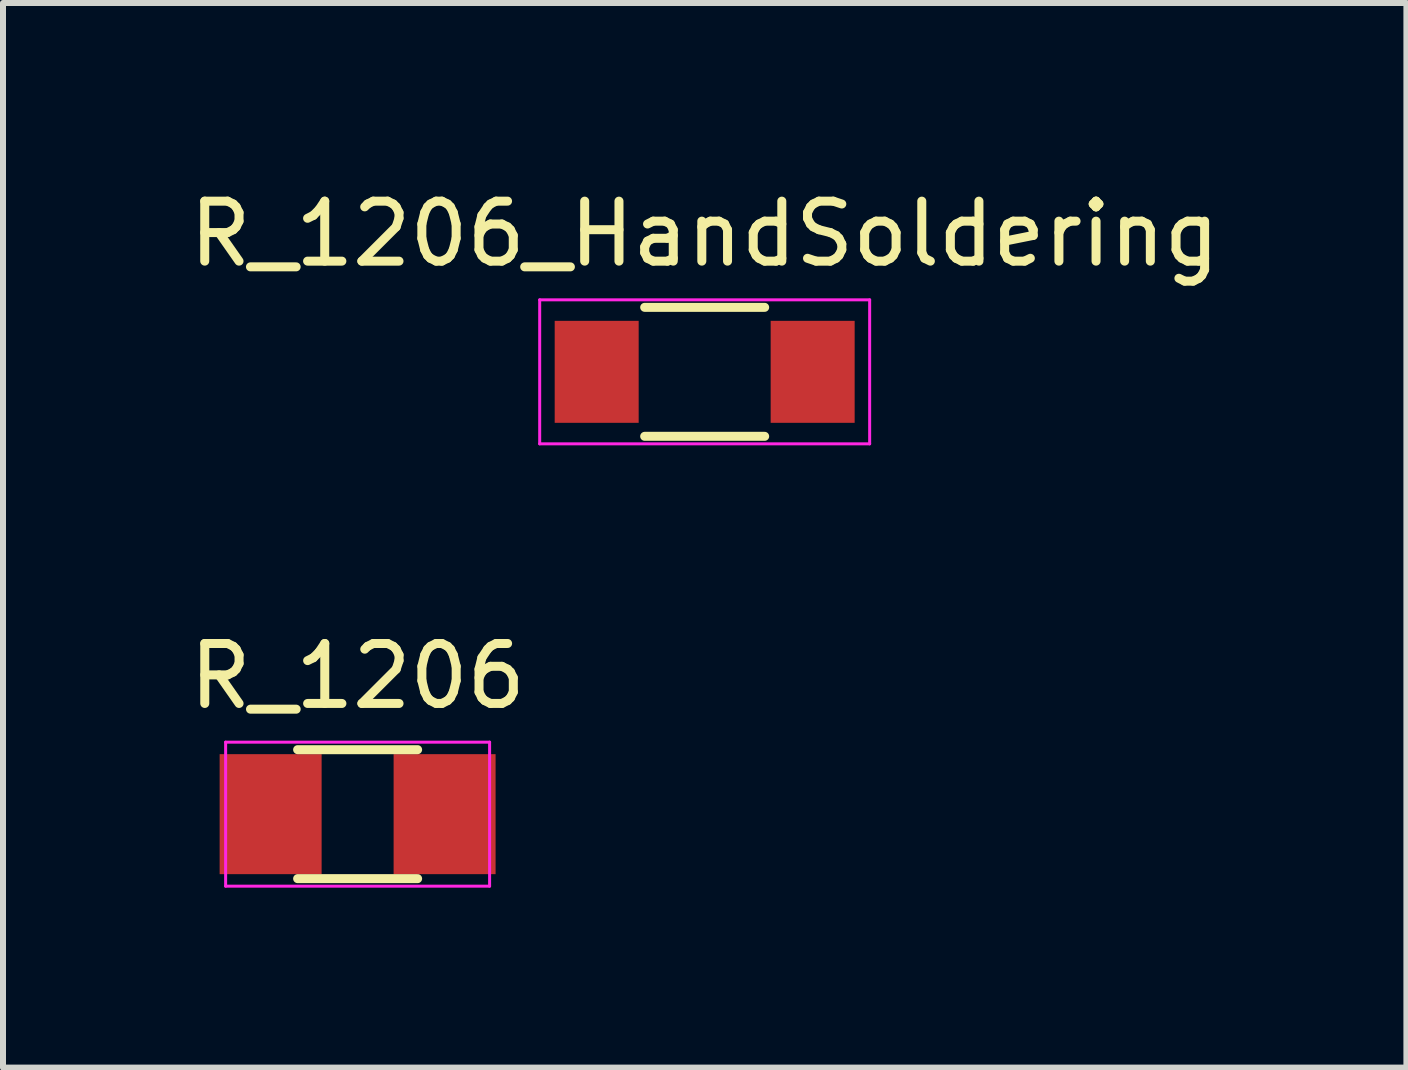
<source format=kicad_pcb>
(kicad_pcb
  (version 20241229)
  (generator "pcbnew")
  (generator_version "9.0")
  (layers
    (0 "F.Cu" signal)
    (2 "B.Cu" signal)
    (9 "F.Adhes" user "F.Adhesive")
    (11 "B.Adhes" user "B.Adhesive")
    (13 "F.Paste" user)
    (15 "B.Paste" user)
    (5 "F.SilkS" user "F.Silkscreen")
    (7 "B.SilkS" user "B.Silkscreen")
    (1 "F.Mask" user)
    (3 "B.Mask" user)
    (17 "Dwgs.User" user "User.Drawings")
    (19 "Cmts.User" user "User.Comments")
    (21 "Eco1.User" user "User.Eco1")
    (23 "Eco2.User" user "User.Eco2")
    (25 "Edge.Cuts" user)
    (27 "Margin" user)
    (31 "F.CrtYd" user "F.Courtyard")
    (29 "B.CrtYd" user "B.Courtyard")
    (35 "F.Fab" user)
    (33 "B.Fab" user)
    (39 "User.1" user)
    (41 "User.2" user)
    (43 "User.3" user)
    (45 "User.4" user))
  (footprint "R_1206"
    (layer "F.Cu")
    (at 2.911 10.521)
    (property "Reference" "R_1206" (at 0 -2.3 0) (layer "F.SilkS") (effects (font (size 1 1) (thickness 0.15))))
    (attr smd)
    (fp_line (start -1 -1.075) (end 1 -1.075) (stroke (width 0.15) (type solid)) (layer "F.SilkS"))
    (fp_line (start 1 1.075) (end -1 1.075) (stroke (width 0.15) (type solid)) (layer "F.SilkS"))
    (fp_line (start -2.2 -1.2) (end -2.2 1.2) (stroke (width 0.05) (type solid)) (layer "F.CrtYd"))
    (fp_line (start -2.2 -1.2) (end 2.2 -1.2) (stroke (width 0.05) (type solid)) (layer "F.CrtYd"))
    (fp_line (start -2.2 1.2) (end 2.2 1.2) (stroke (width 0.05) (type solid)) (layer "F.CrtYd"))
    (fp_line (start 2.2 -1.2) (end 2.2 1.2) (stroke (width 0.05) (type solid)) (layer "F.CrtYd"))
    (pad "1" smd rect (at -1.45 0) (size 1.7 2) (layers "F.Cu" "F.Mask" "F.Paste"))
    (pad "2" smd rect (at 1.45 0) (size 1.7 2) (layers "F.Cu" "F.Mask" "F.Paste")))
  (footprint "R_1206_HandSoldering"
    (layer "F.Cu")
    (at 8.696 3.148)
    (property "Reference" "R_1206_HandSoldering" (at 0 -2.3 0) (layer "F.SilkS") (effects (font (size 1 1) (thickness 0.15))))
    (attr smd)
    (fp_line (start -1 -1.075) (end 1 -1.075) (stroke (width 0.15) (type solid)) (layer "F.SilkS"))
    (fp_line (start 1 1.075) (end -1 1.075) (stroke (width 0.15) (type solid)) (layer "F.SilkS"))
    (fp_line (start -2.75 -1.2) (end -2.75 1.2) (stroke (width 0.05) (type solid)) (layer "F.CrtYd"))
    (fp_line (start -2.75 -1.2) (end 2.75 -1.2) (stroke (width 0.05) (type solid)) (layer "F.CrtYd"))
    (fp_line (start -2.75 1.2) (end 2.75 1.2) (stroke (width 0.05) (type solid)) (layer "F.CrtYd"))
    (fp_line (start 2.75 -1.2) (end 2.75 1.2) (stroke (width 0.05) (type solid)) (layer "F.CrtYd"))
    (pad "1" smd rect (at -1.8 0) (size 1.4 1.7) (layers "F.Cu" "F.Mask" "F.Paste"))
    (pad "2" smd rect (at 1.8 0) (size 1.4 1.7) (layers "F.Cu" "F.Mask" "F.Paste")))
  (gr_rect
    (start -3 -3)
    (end 20.393 14.746)
    (stroke (width 0.1) (type default))
    (fill no)
    (layer "Edge.Cuts")))
</source>
